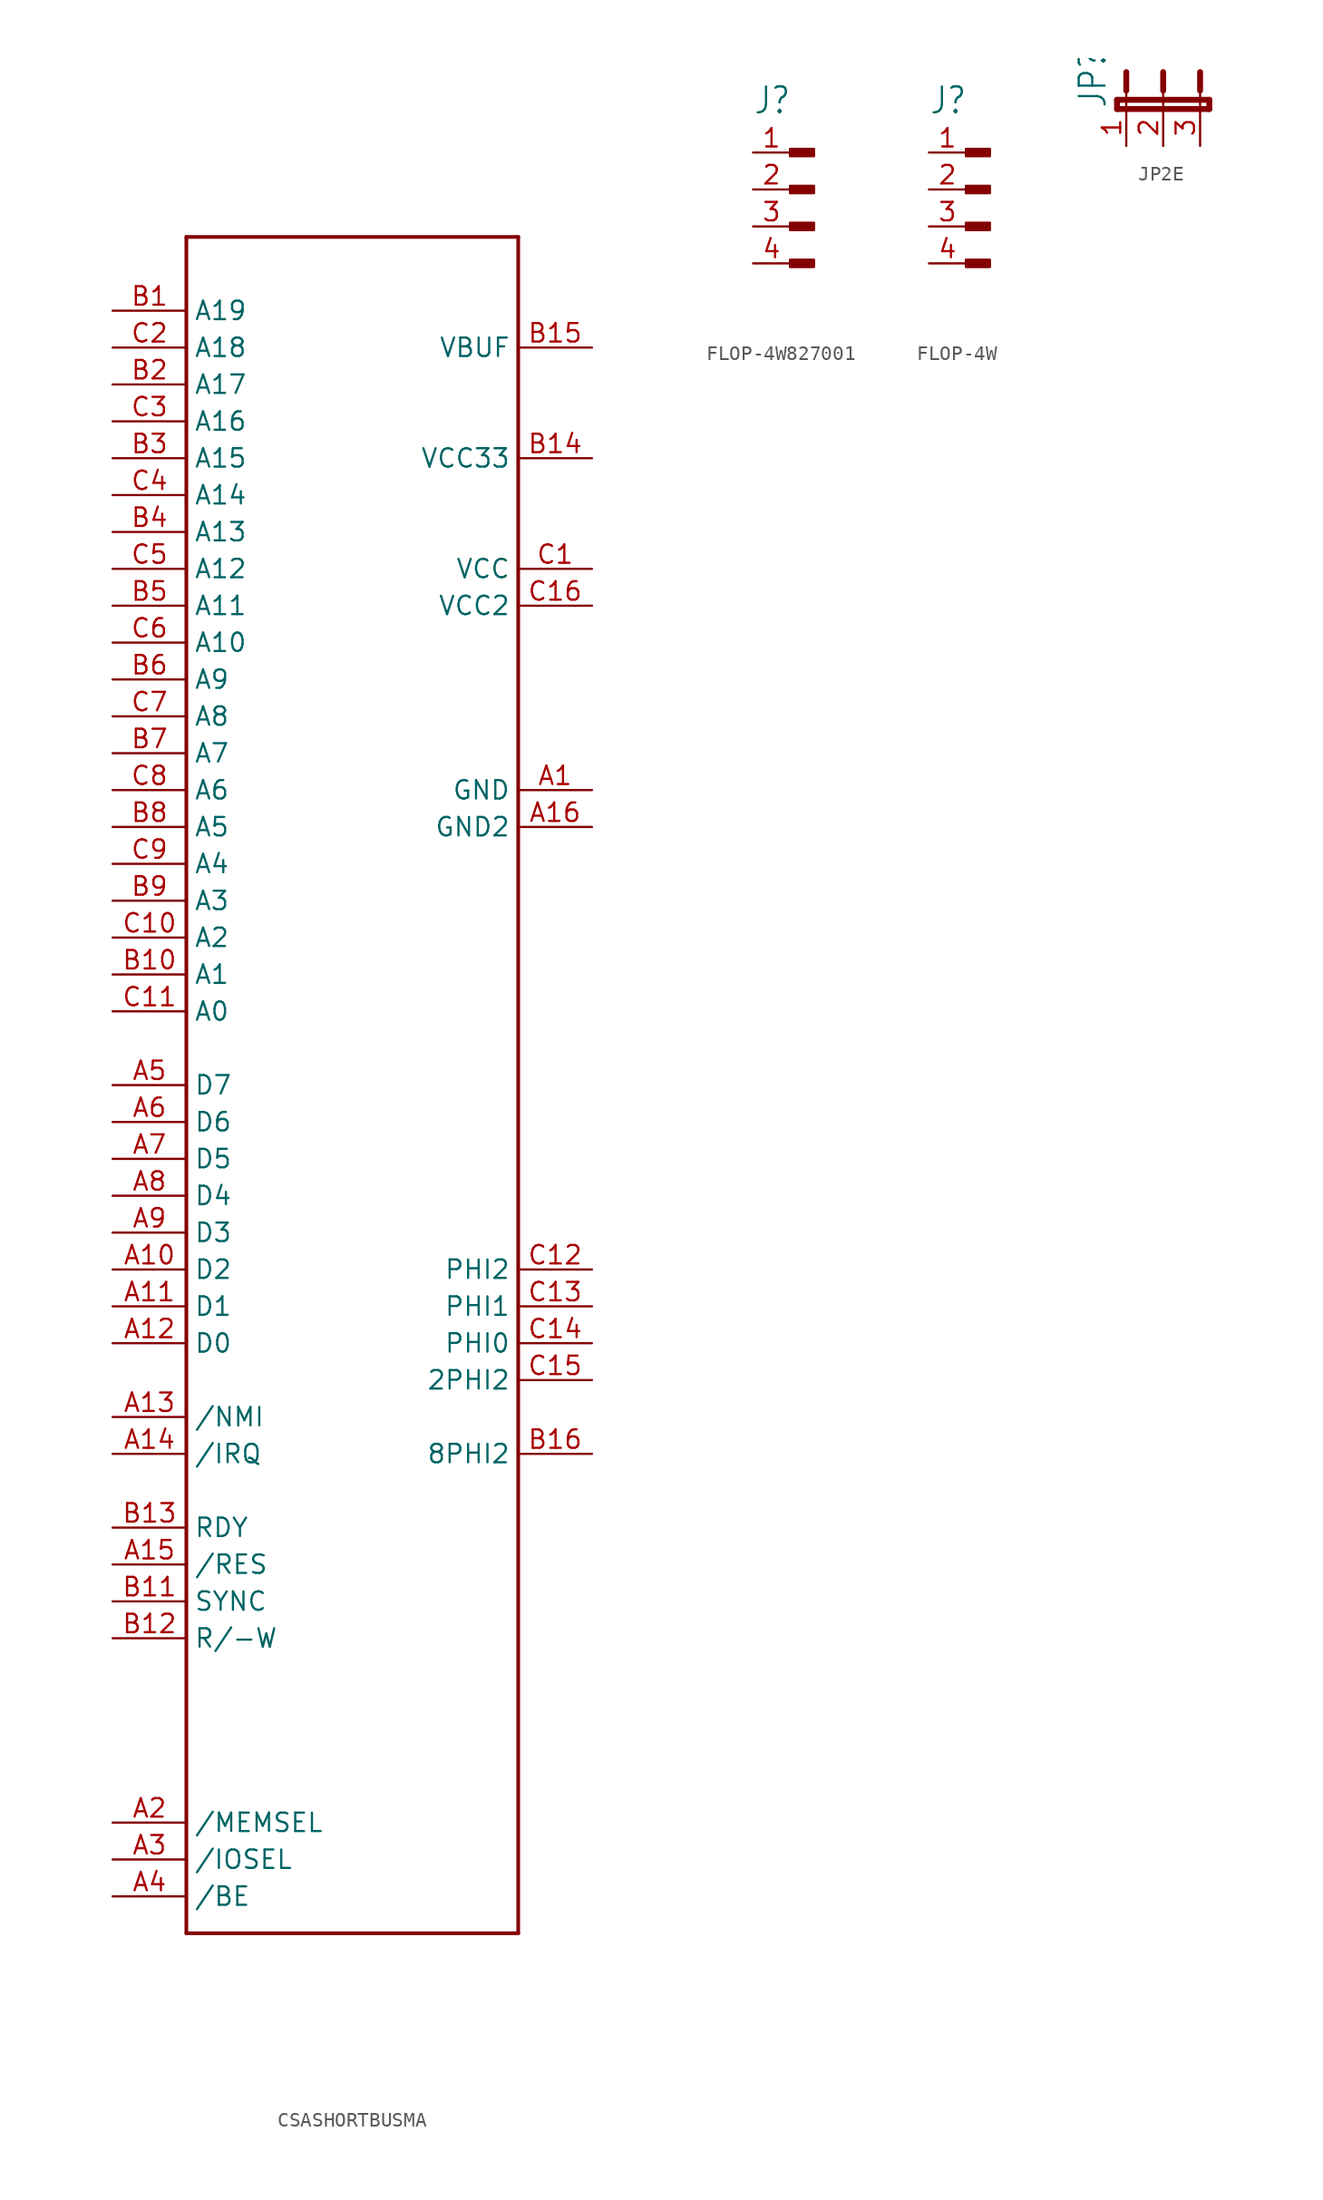
<source format=kicad_sym>
(kicad_symbol_lib
  (version 20220914)
  (generator kicad_symbol_editor)
  (symbol "CSASHORTBUSMA"
    (property "Reference" ""
      (at 0 -10.16 90)
      (effects (font (size 1.778 1.511)) (justify left bottom) hide))
    (property "Value" ""
      (at -5.08 58.42 0)
      (effects (font (size 1.778 1.511)) (justify left bottom)))
    (property "ki_locked" ""
      (at 0 0 0)
      (effects (font (size 1.27 1.27))))
    (symbol "CSASHORTBUSMA_1_0"
      (polyline (pts (xy -12.7 -58.42) (xy 10.16 -58.42)) (stroke (width 0.254) (type solid)) (fill (type none)))
      (polyline (pts (xy -12.7 58.42) (xy -12.7 -58.42)) (stroke (width 0.254) (type solid)) (fill (type none)))
      (polyline (pts (xy 10.16 -58.42) (xy 10.16 58.42)) (stroke (width 0.254) (type solid)) (fill (type none)))
      (polyline (pts (xy 10.16 58.42) (xy -12.7 58.42)) (stroke (width 0.254) (type solid)) (fill (type none)))
      (pin bidirectional line (at 15.24 20.32 180) (length 5.08) (name "GND" (effects (font (size 1.27 1.27)))) (number "A1" (effects (font (size 1.27 1.27)))))
      (pin bidirectional line (at -17.78 -12.7 0) (length 5.08) (name "D2" (effects (font (size 1.27 1.27)))) (number "A10" (effects (font (size 1.27 1.27)))))
      (pin bidirectional line (at -17.78 -15.24 0) (length 5.08) (name "D1" (effects (font (size 1.27 1.27)))) (number "A11" (effects (font (size 1.27 1.27)))))
      (pin bidirectional line (at -17.78 -17.78 0) (length 5.08) (name "D0" (effects (font (size 1.27 1.27)))) (number "A12" (effects (font (size 1.27 1.27)))))
      (pin bidirectional line (at -17.78 -22.86 0) (length 5.08) (name "/NMI" (effects (font (size 1.27 1.27)))) (number "A13" (effects (font (size 1.27 1.27)))))
      (pin bidirectional line (at -17.78 -25.4 0) (length 5.08) (name "/IRQ" (effects (font (size 1.27 1.27)))) (number "A14" (effects (font (size 1.27 1.27)))))
      (pin bidirectional line (at -17.78 -33.02 0) (length 5.08) (name "/RES" (effects (font (size 1.27 1.27)))) (number "A15" (effects (font (size 1.27 1.27)))))
      (pin bidirectional line (at 15.24 17.78 180) (length 5.08) (name "GND2" (effects (font (size 1.27 1.27)))) (number "A16" (effects (font (size 1.27 1.27)))))
      (pin bidirectional line (at -17.78 -50.8 0) (length 5.08) (name "/MEMSEL" (effects (font (size 1.27 1.27)))) (number "A2" (effects (font (size 1.27 1.27)))))
      (pin bidirectional line (at -17.78 -53.34 0) (length 5.08) (name "/IOSEL" (effects (font (size 1.27 1.27)))) (number "A3" (effects (font (size 1.27 1.27)))))
      (pin bidirectional line (at -17.78 -55.88 0) (length 5.08) (name "/BE" (effects (font (size 1.27 1.27)))) (number "A4" (effects (font (size 1.27 1.27)))))
      (pin bidirectional line (at -17.78 0 0) (length 5.08) (name "D7" (effects (font (size 1.27 1.27)))) (number "A5" (effects (font (size 1.27 1.27)))))
      (pin bidirectional line (at -17.78 -2.54 0) (length 5.08) (name "D6" (effects (font (size 1.27 1.27)))) (number "A6" (effects (font (size 1.27 1.27)))))
      (pin bidirectional line (at -17.78 -5.08 0) (length 5.08) (name "D5" (effects (font (size 1.27 1.27)))) (number "A7" (effects (font (size 1.27 1.27)))))
      (pin bidirectional line (at -17.78 -7.62 0) (length 5.08) (name "D4" (effects (font (size 1.27 1.27)))) (number "A8" (effects (font (size 1.27 1.27)))))
      (pin bidirectional line (at -17.78 -10.16 0) (length 5.08) (name "D3" (effects (font (size 1.27 1.27)))) (number "A9" (effects (font (size 1.27 1.27)))))
      (pin bidirectional line (at -17.78 53.34 0) (length 5.08) (name "A19" (effects (font (size 1.27 1.27)))) (number "B1" (effects (font (size 1.27 1.27)))))
      (pin bidirectional line (at -17.78 7.62 0) (length 5.08) (name "A1" (effects (font (size 1.27 1.27)))) (number "B10" (effects (font (size 1.27 1.27)))))
      (pin bidirectional line (at -17.78 -35.56 0) (length 5.08) (name "SYNC" (effects (font (size 1.27 1.27)))) (number "B11" (effects (font (size 1.27 1.27)))))
      (pin bidirectional line (at -17.78 -38.1 0) (length 5.08) (name "R/-W" (effects (font (size 1.27 1.27)))) (number "B12" (effects (font (size 1.27 1.27)))))
      (pin bidirectional line (at -17.78 -30.48 0) (length 5.08) (name "RDY" (effects (font (size 1.27 1.27)))) (number "B13" (effects (font (size 1.27 1.27)))))
      (pin bidirectional line (at 15.24 43.18 180) (length 5.08) (name "VCC33" (effects (font (size 1.27 1.27)))) (number "B14" (effects (font (size 1.27 1.27)))))
      (pin bidirectional line (at 15.24 50.8 180) (length 5.08) (name "VBUF" (effects (font (size 1.27 1.27)))) (number "B15" (effects (font (size 1.27 1.27)))))
      (pin bidirectional line (at 15.24 -25.4 180) (length 5.08) (name "8PHI2" (effects (font (size 1.27 1.27)))) (number "B16" (effects (font (size 1.27 1.27)))))
      (pin bidirectional line (at -17.78 48.26 0) (length 5.08) (name "A17" (effects (font (size 1.27 1.27)))) (number "B2" (effects (font (size 1.27 1.27)))))
      (pin bidirectional line (at -17.78 43.18 0) (length 5.08) (name "A15" (effects (font (size 1.27 1.27)))) (number "B3" (effects (font (size 1.27 1.27)))))
      (pin bidirectional line (at -17.78 38.1 0) (length 5.08) (name "A13" (effects (font (size 1.27 1.27)))) (number "B4" (effects (font (size 1.27 1.27)))))
      (pin bidirectional line (at -17.78 33.02 0) (length 5.08) (name "A11" (effects (font (size 1.27 1.27)))) (number "B5" (effects (font (size 1.27 1.27)))))
      (pin bidirectional line (at -17.78 27.94 0) (length 5.08) (name "A9" (effects (font (size 1.27 1.27)))) (number "B6" (effects (font (size 1.27 1.27)))))
      (pin bidirectional line (at -17.78 22.86 0) (length 5.08) (name "A7" (effects (font (size 1.27 1.27)))) (number "B7" (effects (font (size 1.27 1.27)))))
      (pin bidirectional line (at -17.78 17.78 0) (length 5.08) (name "A5" (effects (font (size 1.27 1.27)))) (number "B8" (effects (font (size 1.27 1.27)))))
      (pin bidirectional line (at -17.78 12.7 0) (length 5.08) (name "A3" (effects (font (size 1.27 1.27)))) (number "B9" (effects (font (size 1.27 1.27)))))
      (pin bidirectional line (at 15.24 35.56 180) (length 5.08) (name "VCC" (effects (font (size 1.27 1.27)))) (number "C1" (effects (font (size 1.27 1.27)))))
      (pin bidirectional line (at -17.78 10.16 0) (length 5.08) (name "A2" (effects (font (size 1.27 1.27)))) (number "C10" (effects (font (size 1.27 1.27)))))
      (pin bidirectional line (at -17.78 5.08 0) (length 5.08) (name "A0" (effects (font (size 1.27 1.27)))) (number "C11" (effects (font (size 1.27 1.27)))))
      (pin bidirectional line (at 15.24 -12.7 180) (length 5.08) (name "PHI2" (effects (font (size 1.27 1.27)))) (number "C12" (effects (font (size 1.27 1.27)))))
      (pin bidirectional line (at 15.24 -15.24 180) (length 5.08) (name "PHI1" (effects (font (size 1.27 1.27)))) (number "C13" (effects (font (size 1.27 1.27)))))
      (pin bidirectional line (at 15.24 -17.78 180) (length 5.08) (name "PHI0" (effects (font (size 1.27 1.27)))) (number "C14" (effects (font (size 1.27 1.27)))))
      (pin bidirectional line (at 15.24 -20.32 180) (length 5.08) (name "2PHI2" (effects (font (size 1.27 1.27)))) (number "C15" (effects (font (size 1.27 1.27)))))
      (pin bidirectional line (at 15.24 33.02 180) (length 5.08) (name "VCC2" (effects (font (size 1.27 1.27)))) (number "C16" (effects (font (size 1.27 1.27)))))
      (pin bidirectional line (at -17.78 50.8 0) (length 5.08) (name "A18" (effects (font (size 1.27 1.27)))) (number "C2" (effects (font (size 1.27 1.27)))))
      (pin bidirectional line (at -17.78 45.72 0) (length 5.08) (name "A16" (effects (font (size 1.27 1.27)))) (number "C3" (effects (font (size 1.27 1.27)))))
      (pin bidirectional line (at -17.78 40.64 0) (length 5.08) (name "A14" (effects (font (size 1.27 1.27)))) (number "C4" (effects (font (size 1.27 1.27)))))
      (pin bidirectional line (at -17.78 35.56 0) (length 5.08) (name "A12" (effects (font (size 1.27 1.27)))) (number "C5" (effects (font (size 1.27 1.27)))))
      (pin bidirectional line (at -17.78 30.48 0) (length 5.08) (name "A10" (effects (font (size 1.27 1.27)))) (number "C6" (effects (font (size 1.27 1.27)))))
      (pin bidirectional line (at -17.78 25.4 0) (length 5.08) (name "A8" (effects (font (size 1.27 1.27)))) (number "C7" (effects (font (size 1.27 1.27)))))
      (pin bidirectional line (at -17.78 20.32 0) (length 5.08) (name "A6" (effects (font (size 1.27 1.27)))) (number "C8" (effects (font (size 1.27 1.27)))))
      (pin bidirectional line (at -17.78 15.24 0) (length 5.08) (name "A4" (effects (font (size 1.27 1.27)))) (number "C9" (effects (font (size 1.27 1.27)))))))
  (symbol "FLOP-4W827001"
    (property "Reference" "J"
      (at -2.54 7.62 0)
      (effects (font (size 1.778 1.511)) (justify left bottom)))
    (property "Value" ""
      (at -2.54 -6.096 0)
      (effects (font (size 1.778 1.511)) (justify left bottom)))
    (property "ki_locked" ""
      (at 0 0 0)
      (effects (font (size 1.27 1.27))))
    (symbol "FLOP-4W827001_1_0"
      (rectangle (start 0 -2.794) (end 1.651 -2.286) (stroke (width 0) (type default)) (fill (type outline)))
      (rectangle (start 0 -0.254) (end 1.651 0.254) (stroke (width 0) (type default)) (fill (type outline)))
      (rectangle (start 0 2.286) (end 1.651 2.794) (stroke (width 0) (type default)) (fill (type outline)))
      (rectangle (start 0 4.826) (end 1.651 5.334) (stroke (width 0) (type default)) (fill (type outline)))
      (pin passive line (at -2.54 5.08 0) (length 2.54) (name "1" (effects (font (size 0 0)))) (number "1" (effects (font (size 1.27 1.27)))))
      (pin passive line (at -2.54 2.54 0) (length 2.54) (name "2" (effects (font (size 0 0)))) (number "2" (effects (font (size 1.27 1.27)))))
      (pin passive line (at -2.54 0 0) (length 2.54) (name "3" (effects (font (size 0 0)))) (number "3" (effects (font (size 1.27 1.27)))))
      (pin passive line (at -2.54 -2.54 0) (length 2.54) (name "4" (effects (font (size 0 0)))) (number "4" (effects (font (size 1.27 1.27)))))))
  (symbol "FLOP-4W"
    (property "Reference" "J"
      (at -2.54 7.62 0)
      (effects (font (size 1.778 1.511)) (justify left bottom)))
    (property "Value" ""
      (at -2.54 -6.096 0)
      (effects (font (size 1.778 1.511)) (justify left bottom)))
    (property "ki_locked" ""
      (at 0 0 0)
      (effects (font (size 1.27 1.27))))
    (symbol "FLOP-4W_1_0"
      (rectangle (start 0 -2.794) (end 1.651 -2.286) (stroke (width 0) (type default)) (fill (type outline)))
      (rectangle (start 0 -0.254) (end 1.651 0.254) (stroke (width 0) (type default)) (fill (type outline)))
      (rectangle (start 0 2.286) (end 1.651 2.794) (stroke (width 0) (type default)) (fill (type outline)))
      (rectangle (start 0 4.826) (end 1.651 5.334) (stroke (width 0) (type default)) (fill (type outline)))
      (pin passive line (at -2.54 5.08 0) (length 2.54) (name "1" (effects (font (size 0 0)))) (number "1" (effects (font (size 1.27 1.27)))))
      (pin passive line (at -2.54 2.54 0) (length 2.54) (name "2" (effects (font (size 0 0)))) (number "2" (effects (font (size 1.27 1.27)))))
      (pin passive line (at -2.54 0 0) (length 2.54) (name "3" (effects (font (size 0 0)))) (number "3" (effects (font (size 1.27 1.27)))))
      (pin passive line (at -2.54 -2.54 0) (length 2.54) (name "4" (effects (font (size 0 0)))) (number "4" (effects (font (size 1.27 1.27)))))))
  (symbol "JP2E"
    (property "Reference" "JP"
      (at -3.81 0 90)
      (effects (font (size 1.778 1.511)) (justify left bottom)))
    (property "Value" ""
      (at 5.715 0 90)
      (effects (font (size 1.778 1.511)) (justify left bottom)))
    (property "ki_locked" ""
      (at 0 0 0)
      (effects (font (size 1.27 1.27))))
    (symbol "JP2E_1_0"
      (polyline (pts (xy -3.175 0) (xy 3.175 0)) (stroke (width 0.406) (type solid)) (fill (type none)))
      (polyline (pts (xy -3.175 0.635) (xy -3.175 0)) (stroke (width 0.406) (type solid)) (fill (type none)))
      (polyline (pts (xy -2.54 0) (xy -2.54 1.27)) (stroke (width 0.152) (type solid)) (fill (type none)))
      (polyline (pts (xy -2.54 2.54) (xy -2.54 1.27)) (stroke (width 0.406) (type solid)) (fill (type none)))
      (polyline (pts (xy 0 0) (xy 0 1.27)) (stroke (width 0.152) (type solid)) (fill (type none)))
      (polyline (pts (xy 0 2.54) (xy 0 1.27)) (stroke (width 0.406) (type solid)) (fill (type none)))
      (polyline (pts (xy 2.54 0) (xy 2.54 1.27)) (stroke (width 0.152) (type solid)) (fill (type none)))
      (polyline (pts (xy 2.54 2.54) (xy 2.54 1.27)) (stroke (width 0.406) (type solid)) (fill (type none)))
      (polyline (pts (xy 3.175 0) (xy 3.175 0.635)) (stroke (width 0.406) (type solid)) (fill (type none)))
      (polyline (pts (xy 3.175 0.635) (xy -3.175 0.635)) (stroke (width 0.406) (type solid)) (fill (type none)))
      (pin passive line (at -2.54 -2.54 90) (length 2.54) (name "1" (effects (font (size 0 0)))) (number "1" (effects (font (size 1.27 1.27)))))
      (pin passive line (at 0 -2.54 90) (length 2.54) (name "2" (effects (font (size 0 0)))) (number "2" (effects (font (size 1.27 1.27)))))
      (pin passive line (at 2.54 -2.54 90) (length 2.54) (name "3" (effects (font (size 0 0)))) (number "3" (effects (font (size 1.27 1.27))))))))
</source>
